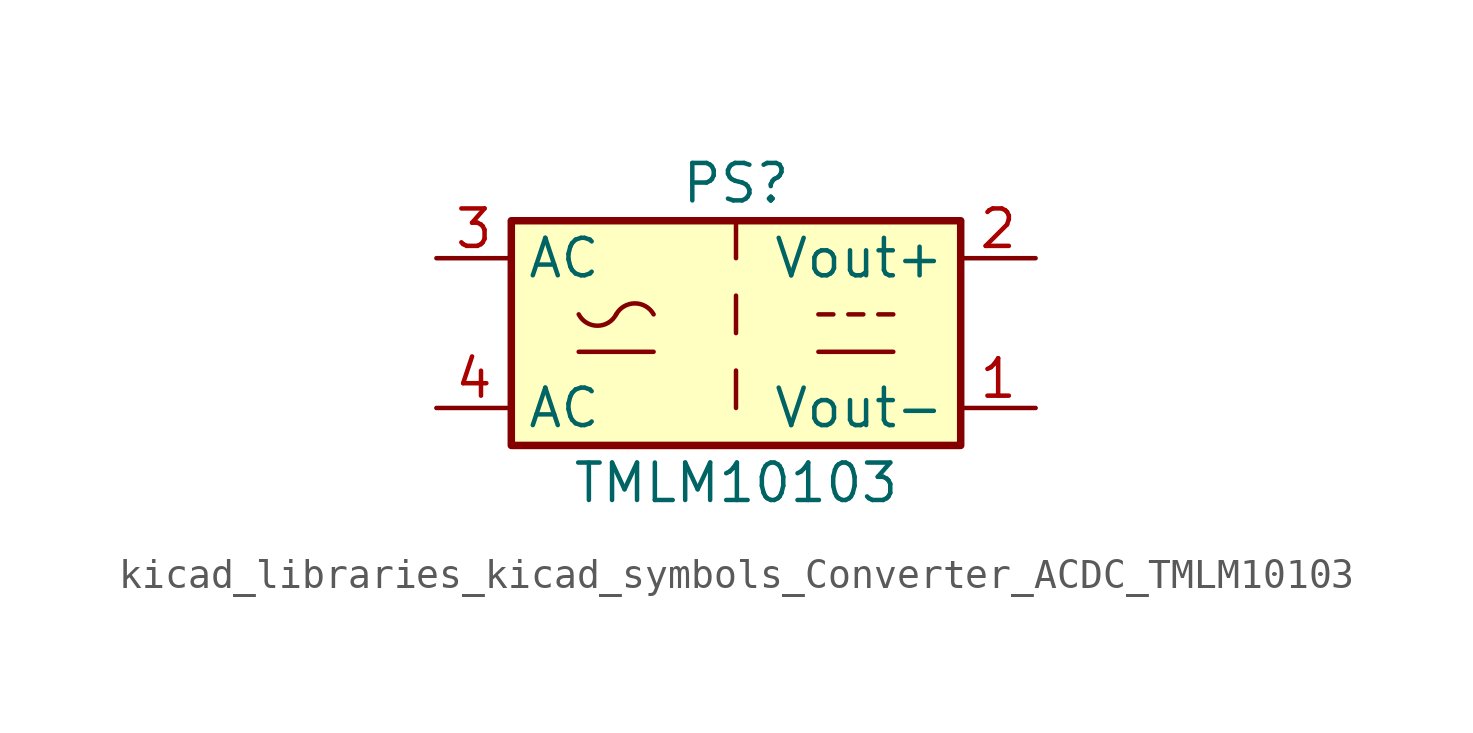
<source format=kicad_sym>
(kicad_symbol_lib
  (version 20220914)
  (generator kicad_symbol_editor)
  (symbol "kicad_libraries_kicad_symbols_Converter_ACDC_TMLM10103"
    (property "Reference" "PS"
      (at 0 5.08 0)
      (effects (font (size 1.27 1.27))))
    (property "Value" "TMLM10103"
      (at 0 -5.08 0)
      (effects (font (size 1.27 1.27))))
    (symbol "kicad_libraries_kicad_symbols_Converter_ACDC_TMLM10103_0_1"
      (rectangle (start -7.62 3.81) (end 7.62 -3.81) (stroke (width 0.254) (type default)) (fill (type background)))
      (arc (start -5.334 0.635) (mid -4.699 0.2495) (end -4.064 0.635) (stroke (width 0) (type default)) (fill (type none)))
      (arc (start -2.794 0.635) (mid -3.429 1.0072) (end -4.064 0.635) (stroke (width 0) (type default)) (fill (type none)))
      (polyline (pts (xy -5.334 -0.635) (xy -2.794 -0.635)) (stroke (width 0) (type default)) (fill (type none)))
      (polyline (pts (xy 2.794 -0.635) (xy 5.334 -0.635)) (stroke (width 0) (type default)) (fill (type none)))
      (polyline (pts (xy 2.794 0.635) (xy 3.302 0.635)) (stroke (width 0) (type default)) (fill (type none)))
      (polyline (pts (xy 3.81 0.635) (xy 4.318 0.635)) (stroke (width 0) (type default)) (fill (type none)))
      (polyline (pts (xy 4.826 0.635) (xy 5.334 0.635)) (stroke (width 0) (type default)) (fill (type none))))
    (symbol "kicad_libraries_kicad_symbols_Converter_ACDC_TMLM10103_1_1"
      (polyline (pts (xy 0 -1.27) (xy 0 -2.54)) (stroke (width 0) (type default)) (fill (type none)))
      (polyline (pts (xy 0 1.27) (xy 0 0)) (stroke (width 0) (type default)) (fill (type none)))
      (polyline (pts (xy 0 3.81) (xy 0 2.54)) (stroke (width 0) (type default)) (fill (type none)))
      (pin power_out line (at 10.16 -2.54 180) (length 2.54) (name "Vout-" (effects (font (size 1.27 1.27)))) (number "1" (effects (font (size 1.27 1.27)))))
      (pin power_out line (at 10.16 2.54 180) (length 2.54) (name "Vout+" (effects (font (size 1.27 1.27)))) (number "2" (effects (font (size 1.27 1.27)))))
      (pin power_in line (at -10.16 2.54 0) (length 2.54) (name "AC" (effects (font (size 1.27 1.27)))) (number "3" (effects (font (size 1.27 1.27)))))
      (pin power_in line (at -10.16 -2.54 0) (length 2.54) (name "AC" (effects (font (size 1.27 1.27)))) (number "4" (effects (font (size 1.27 1.27))))))))
</source>
